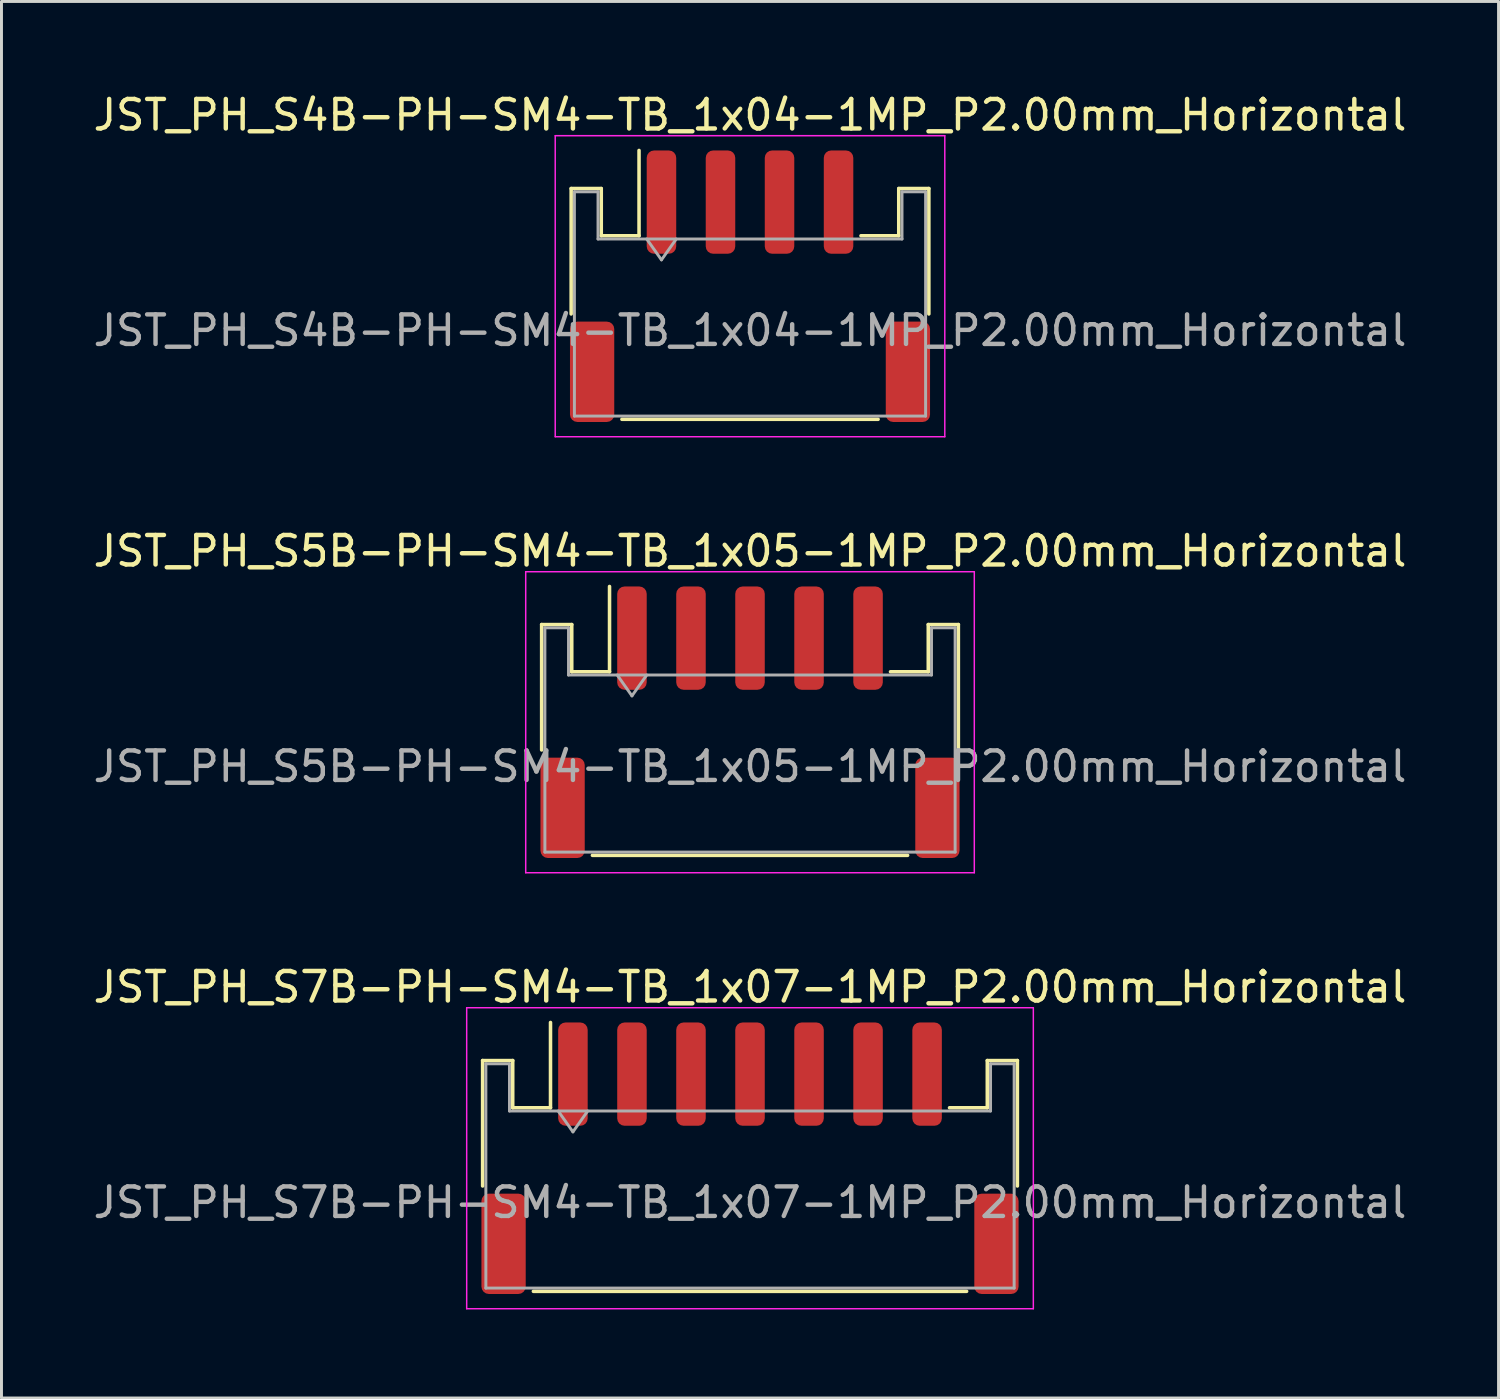
<source format=kicad_pcb>
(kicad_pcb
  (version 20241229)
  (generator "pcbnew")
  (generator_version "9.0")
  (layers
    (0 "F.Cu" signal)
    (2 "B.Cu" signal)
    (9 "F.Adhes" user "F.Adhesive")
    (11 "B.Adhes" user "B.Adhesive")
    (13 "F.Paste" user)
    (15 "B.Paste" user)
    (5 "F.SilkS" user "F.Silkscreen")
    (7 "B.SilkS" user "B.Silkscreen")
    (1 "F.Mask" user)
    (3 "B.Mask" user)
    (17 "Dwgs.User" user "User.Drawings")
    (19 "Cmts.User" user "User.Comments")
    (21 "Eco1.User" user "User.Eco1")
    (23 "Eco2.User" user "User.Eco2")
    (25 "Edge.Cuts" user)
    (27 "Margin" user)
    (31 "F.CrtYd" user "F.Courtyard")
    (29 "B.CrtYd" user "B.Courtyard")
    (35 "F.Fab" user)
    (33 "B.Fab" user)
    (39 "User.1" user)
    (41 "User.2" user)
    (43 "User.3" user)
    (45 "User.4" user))
  (footprint "JST_PH_S5B-PH-SM4-TB_1x05-1MP_P2.00mm_Horizontal"
    (layer "F.Cu")
    (at 22.363 21.422)
    (property "Reference" "JST_PH_S5B-PH-SM4-TB_1x05-1MP_P2.00mm_Horizontal" (at 0 -5.8 0) (layer "F.SilkS") (effects (font (size 1 1) (thickness 0.15))))
    (attr smd)
    (fp_line (start -7.06 -3.31) (end -6.04 -3.31) (stroke (width 0.12) (type solid)) (layer "F.SilkS"))
    (fp_line (start -7.06 0.94) (end -7.06 -3.31) (stroke (width 0.12) (type solid)) (layer "F.SilkS"))
    (fp_line (start -6.04 -3.31) (end -6.04 -1.71) (stroke (width 0.12) (type solid)) (layer "F.SilkS"))
    (fp_line (start -6.04 -1.71) (end -4.76 -1.71) (stroke (width 0.12) (type solid)) (layer "F.SilkS"))
    (fp_line (start -5.34 4.51) (end 5.34 4.51) (stroke (width 0.12) (type solid)) (layer "F.SilkS"))
    (fp_line (start -4.76 -1.71) (end -4.76 -4.6) (stroke (width 0.12) (type solid)) (layer "F.SilkS"))
    (fp_line (start 6.04 -3.31) (end 6.04 -1.71) (stroke (width 0.12) (type solid)) (layer "F.SilkS"))
    (fp_line (start 6.04 -1.71) (end 4.76 -1.71) (stroke (width 0.12) (type solid)) (layer "F.SilkS"))
    (fp_line (start 7.06 -3.31) (end 6.04 -3.31) (stroke (width 0.12) (type solid)) (layer "F.SilkS"))
    (fp_line (start 7.06 0.94) (end 7.06 -3.31) (stroke (width 0.12) (type solid)) (layer "F.SilkS"))
    (fp_line (start -7.6 -5.1) (end -7.6 5.1) (stroke (width 0.05) (type solid)) (layer "F.CrtYd"))
    (fp_line (start -7.6 5.1) (end 7.6 5.1) (stroke (width 0.05) (type solid)) (layer "F.CrtYd"))
    (fp_line (start 7.6 -5.1) (end -7.6 -5.1) (stroke (width 0.05) (type solid)) (layer "F.CrtYd"))
    (fp_line (start 7.6 5.1) (end 7.6 -5.1) (stroke (width 0.05) (type solid)) (layer "F.CrtYd"))
    (fp_line (start -6.95 -3.2) (end -6.95 4.4) (stroke (width 0.1) (type solid)) (layer "F.Fab"))
    (fp_line (start -6.95 -3.2) (end -6.15 -3.2) (stroke (width 0.1) (type solid)) (layer "F.Fab"))
    (fp_line (start -6.95 4.4) (end 6.95 4.4) (stroke (width 0.1) (type solid)) (layer "F.Fab"))
    (fp_line (start -6.15 -3.2) (end -6.15 -1.6) (stroke (width 0.1) (type solid)) (layer "F.Fab"))
    (fp_line (start -6.15 -1.6) (end 6.15 -1.6) (stroke (width 0.1) (type solid)) (layer "F.Fab"))
    (fp_line (start -4.5 -1.6) (end -4 -0.893) (stroke (width 0.1) (type solid)) (layer "F.Fab"))
    (fp_line (start -4 -0.893) (end -3.5 -1.6) (stroke (width 0.1) (type solid)) (layer "F.Fab"))
    (fp_line (start 6.15 -3.2) (end 6.95 -3.2) (stroke (width 0.1) (type solid)) (layer "F.Fab"))
    (fp_line (start 6.15 -1.6) (end 6.15 -3.2) (stroke (width 0.1) (type solid)) (layer "F.Fab"))
    (fp_line (start 6.95 -3.2) (end 6.95 4.4) (stroke (width 0.1) (type solid)) (layer "F.Fab"))
    (fp_text user "${REFERENCE}" (at 0 1.5 0) (layer "F.Fab") (effects (font (size 1 1) (thickness 0.15))))
    (pad "1" smd roundrect (at -4 -2.85) (size 1 3.5) (layers "F.Cu" "F.Mask" "F.Paste") (roundrect_rratio 0.25))
    (pad "2" smd roundrect (at -2 -2.85) (size 1 3.5) (layers "F.Cu" "F.Mask" "F.Paste") (roundrect_rratio 0.25))
    (pad "3" smd roundrect (at 0 -2.85) (size 1 3.5) (layers "F.Cu" "F.Mask" "F.Paste") (roundrect_rratio 0.25))
    (pad "4" smd roundrect (at 2 -2.85) (size 1 3.5) (layers "F.Cu" "F.Mask" "F.Paste") (roundrect_rratio 0.25))
    (pad "5" smd roundrect (at 4 -2.85) (size 1 3.5) (layers "F.Cu" "F.Mask" "F.Paste") (roundrect_rratio 0.25))
    (pad "MP" smd roundrect (at -6.35 2.9) (size 1.5 3.4) (layers "F.Cu" "F.Mask" "F.Paste") (roundrect_rratio 0.167))
    (pad "MP" smd roundrect (at 6.35 2.9) (size 1.5 3.4) (layers "F.Cu" "F.Mask" "F.Paste") (roundrect_rratio 0.167)))
  (footprint "JST_PH_S4B-PH-SM4-TB_1x04-1MP_P2.00mm_Horizontal"
    (layer "F.Cu")
    (at 22.363 6.648)
    (property "Reference" "JST_PH_S4B-PH-SM4-TB_1x04-1MP_P2.00mm_Horizontal" (at 0 -5.8 0) (layer "F.SilkS") (effects (font (size 1 1) (thickness 0.15))))
    (attr smd)
    (fp_line (start -6.06 -3.31) (end -5.04 -3.31) (stroke (width 0.12) (type solid)) (layer "F.SilkS"))
    (fp_line (start -6.06 0.94) (end -6.06 -3.31) (stroke (width 0.12) (type solid)) (layer "F.SilkS"))
    (fp_line (start -5.04 -3.31) (end -5.04 -1.71) (stroke (width 0.12) (type solid)) (layer "F.SilkS"))
    (fp_line (start -5.04 -1.71) (end -3.76 -1.71) (stroke (width 0.12) (type solid)) (layer "F.SilkS"))
    (fp_line (start -4.34 4.51) (end 4.34 4.51) (stroke (width 0.12) (type solid)) (layer "F.SilkS"))
    (fp_line (start -3.76 -1.71) (end -3.76 -4.6) (stroke (width 0.12) (type solid)) (layer "F.SilkS"))
    (fp_line (start 5.04 -3.31) (end 5.04 -1.71) (stroke (width 0.12) (type solid)) (layer "F.SilkS"))
    (fp_line (start 5.04 -1.71) (end 3.76 -1.71) (stroke (width 0.12) (type solid)) (layer "F.SilkS"))
    (fp_line (start 6.06 -3.31) (end 5.04 -3.31) (stroke (width 0.12) (type solid)) (layer "F.SilkS"))
    (fp_line (start 6.06 0.94) (end 6.06 -3.31) (stroke (width 0.12) (type solid)) (layer "F.SilkS"))
    (fp_line (start -6.6 -5.1) (end -6.6 5.1) (stroke (width 0.05) (type solid)) (layer "F.CrtYd"))
    (fp_line (start -6.6 5.1) (end 6.6 5.1) (stroke (width 0.05) (type solid)) (layer "F.CrtYd"))
    (fp_line (start 6.6 -5.1) (end -6.6 -5.1) (stroke (width 0.05) (type solid)) (layer "F.CrtYd"))
    (fp_line (start 6.6 5.1) (end 6.6 -5.1) (stroke (width 0.05) (type solid)) (layer "F.CrtYd"))
    (fp_line (start -5.95 -3.2) (end -5.95 4.4) (stroke (width 0.1) (type solid)) (layer "F.Fab"))
    (fp_line (start -5.95 -3.2) (end -5.15 -3.2) (stroke (width 0.1) (type solid)) (layer "F.Fab"))
    (fp_line (start -5.95 4.4) (end 5.95 4.4) (stroke (width 0.1) (type solid)) (layer "F.Fab"))
    (fp_line (start -5.15 -3.2) (end -5.15 -1.6) (stroke (width 0.1) (type solid)) (layer "F.Fab"))
    (fp_line (start -5.15 -1.6) (end 5.15 -1.6) (stroke (width 0.1) (type solid)) (layer "F.Fab"))
    (fp_line (start -3.5 -1.6) (end -3 -0.893) (stroke (width 0.1) (type solid)) (layer "F.Fab"))
    (fp_line (start -3 -0.893) (end -2.5 -1.6) (stroke (width 0.1) (type solid)) (layer "F.Fab"))
    (fp_line (start 5.15 -3.2) (end 5.95 -3.2) (stroke (width 0.1) (type solid)) (layer "F.Fab"))
    (fp_line (start 5.15 -1.6) (end 5.15 -3.2) (stroke (width 0.1) (type solid)) (layer "F.Fab"))
    (fp_line (start 5.95 -3.2) (end 5.95 4.4) (stroke (width 0.1) (type solid)) (layer "F.Fab"))
    (fp_text user "${REFERENCE}" (at 0 1.5 0) (layer "F.Fab") (effects (font (size 1 1) (thickness 0.15))))
    (pad "1" smd roundrect (at -3 -2.85) (size 1 3.5) (layers "F.Cu" "F.Mask" "F.Paste") (roundrect_rratio 0.25))
    (pad "2" smd roundrect (at -1 -2.85) (size 1 3.5) (layers "F.Cu" "F.Mask" "F.Paste") (roundrect_rratio 0.25))
    (pad "3" smd roundrect (at 1 -2.85) (size 1 3.5) (layers "F.Cu" "F.Mask" "F.Paste") (roundrect_rratio 0.25))
    (pad "4" smd roundrect (at 3 -2.85) (size 1 3.5) (layers "F.Cu" "F.Mask" "F.Paste") (roundrect_rratio 0.25))
    (pad "MP" smd roundrect (at -5.35 2.9) (size 1.5 3.4) (layers "F.Cu" "F.Mask" "F.Paste") (roundrect_rratio 0.167))
    (pad "MP" smd roundrect (at 5.35 2.9) (size 1.5 3.4) (layers "F.Cu" "F.Mask" "F.Paste") (roundrect_rratio 0.167)))
  (footprint "JST_PH_S7B-PH-SM4-TB_1x07-1MP_P2.00mm_Horizontal"
    (layer "F.Cu")
    (at 22.363 36.195)
    (property "Reference" "JST_PH_S7B-PH-SM4-TB_1x07-1MP_P2.00mm_Horizontal" (at 0 -5.8 0) (layer "F.SilkS") (effects (font (size 1 1) (thickness 0.15))))
    (attr smd)
    (fp_line (start -9.06 -3.31) (end -8.04 -3.31) (stroke (width 0.12) (type solid)) (layer "F.SilkS"))
    (fp_line (start -9.06 0.94) (end -9.06 -3.31) (stroke (width 0.12) (type solid)) (layer "F.SilkS"))
    (fp_line (start -8.04 -3.31) (end -8.04 -1.71) (stroke (width 0.12) (type solid)) (layer "F.SilkS"))
    (fp_line (start -8.04 -1.71) (end -6.76 -1.71) (stroke (width 0.12) (type solid)) (layer "F.SilkS"))
    (fp_line (start -7.34 4.51) (end 7.34 4.51) (stroke (width 0.12) (type solid)) (layer "F.SilkS"))
    (fp_line (start -6.76 -1.71) (end -6.76 -4.6) (stroke (width 0.12) (type solid)) (layer "F.SilkS"))
    (fp_line (start 8.04 -3.31) (end 8.04 -1.71) (stroke (width 0.12) (type solid)) (layer "F.SilkS"))
    (fp_line (start 8.04 -1.71) (end 6.76 -1.71) (stroke (width 0.12) (type solid)) (layer "F.SilkS"))
    (fp_line (start 9.06 -3.31) (end 8.04 -3.31) (stroke (width 0.12) (type solid)) (layer "F.SilkS"))
    (fp_line (start 9.06 0.94) (end 9.06 -3.31) (stroke (width 0.12) (type solid)) (layer "F.SilkS"))
    (fp_line (start -9.6 -5.1) (end -9.6 5.1) (stroke (width 0.05) (type solid)) (layer "F.CrtYd"))
    (fp_line (start -9.6 5.1) (end 9.6 5.1) (stroke (width 0.05) (type solid)) (layer "F.CrtYd"))
    (fp_line (start 9.6 -5.1) (end -9.6 -5.1) (stroke (width 0.05) (type solid)) (layer "F.CrtYd"))
    (fp_line (start 9.6 5.1) (end 9.6 -5.1) (stroke (width 0.05) (type solid)) (layer "F.CrtYd"))
    (fp_line (start -8.95 -3.2) (end -8.95 4.4) (stroke (width 0.1) (type solid)) (layer "F.Fab"))
    (fp_line (start -8.95 -3.2) (end -8.15 -3.2) (stroke (width 0.1) (type solid)) (layer "F.Fab"))
    (fp_line (start -8.95 4.4) (end 8.95 4.4) (stroke (width 0.1) (type solid)) (layer "F.Fab"))
    (fp_line (start -8.15 -3.2) (end -8.15 -1.6) (stroke (width 0.1) (type solid)) (layer "F.Fab"))
    (fp_line (start -8.15 -1.6) (end 8.15 -1.6) (stroke (width 0.1) (type solid)) (layer "F.Fab"))
    (fp_line (start -6.5 -1.6) (end -6 -0.893) (stroke (width 0.1) (type solid)) (layer "F.Fab"))
    (fp_line (start -6 -0.893) (end -5.5 -1.6) (stroke (width 0.1) (type solid)) (layer "F.Fab"))
    (fp_line (start 8.15 -3.2) (end 8.95 -3.2) (stroke (width 0.1) (type solid)) (layer "F.Fab"))
    (fp_line (start 8.15 -1.6) (end 8.15 -3.2) (stroke (width 0.1) (type solid)) (layer "F.Fab"))
    (fp_line (start 8.95 -3.2) (end 8.95 4.4) (stroke (width 0.1) (type solid)) (layer "F.Fab"))
    (fp_text user "${REFERENCE}" (at 0 1.5 0) (layer "F.Fab") (effects (font (size 1 1) (thickness 0.15))))
    (pad "1" smd roundrect (at -6 -2.85) (size 1 3.5) (layers "F.Cu" "F.Mask" "F.Paste") (roundrect_rratio 0.25))
    (pad "2" smd roundrect (at -4 -2.85) (size 1 3.5) (layers "F.Cu" "F.Mask" "F.Paste") (roundrect_rratio 0.25))
    (pad "3" smd roundrect (at -2 -2.85) (size 1 3.5) (layers "F.Cu" "F.Mask" "F.Paste") (roundrect_rratio 0.25))
    (pad "4" smd roundrect (at 0 -2.85) (size 1 3.5) (layers "F.Cu" "F.Mask" "F.Paste") (roundrect_rratio 0.25))
    (pad "5" smd roundrect (at 2 -2.85) (size 1 3.5) (layers "F.Cu" "F.Mask" "F.Paste") (roundrect_rratio 0.25))
    (pad "6" smd roundrect (at 4 -2.85) (size 1 3.5) (layers "F.Cu" "F.Mask" "F.Paste") (roundrect_rratio 0.25))
    (pad "7" smd roundrect (at 6 -2.85) (size 1 3.5) (layers "F.Cu" "F.Mask" "F.Paste") (roundrect_rratio 0.25))
    (pad "MP" smd roundrect (at -8.35 2.9) (size 1.5 3.4) (layers "F.Cu" "F.Mask" "F.Paste") (roundrect_rratio 0.167))
    (pad "MP" smd roundrect (at 8.35 2.9) (size 1.5 3.4) (layers "F.Cu" "F.Mask" "F.Paste") (roundrect_rratio 0.167)))
  (gr_rect
    (start -3 -3)
    (end 47.726 44.32)
    (stroke (width 0.1) (type default))
    (fill no)
    (layer "Edge.Cuts")))
</source>
